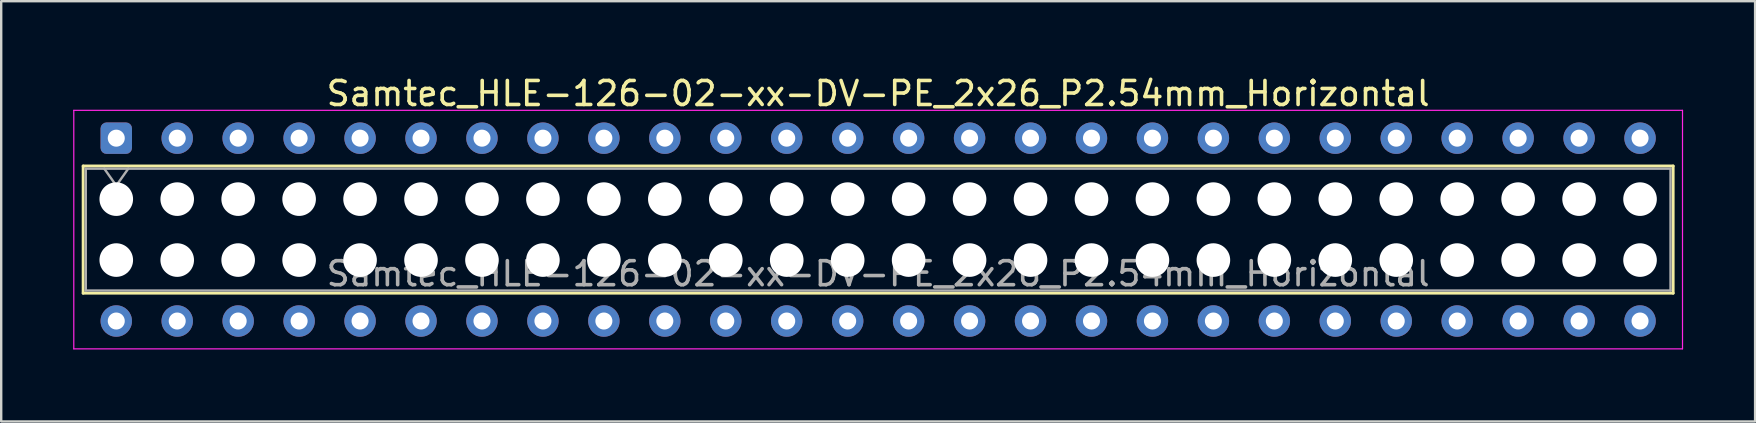
<source format=kicad_pcb>
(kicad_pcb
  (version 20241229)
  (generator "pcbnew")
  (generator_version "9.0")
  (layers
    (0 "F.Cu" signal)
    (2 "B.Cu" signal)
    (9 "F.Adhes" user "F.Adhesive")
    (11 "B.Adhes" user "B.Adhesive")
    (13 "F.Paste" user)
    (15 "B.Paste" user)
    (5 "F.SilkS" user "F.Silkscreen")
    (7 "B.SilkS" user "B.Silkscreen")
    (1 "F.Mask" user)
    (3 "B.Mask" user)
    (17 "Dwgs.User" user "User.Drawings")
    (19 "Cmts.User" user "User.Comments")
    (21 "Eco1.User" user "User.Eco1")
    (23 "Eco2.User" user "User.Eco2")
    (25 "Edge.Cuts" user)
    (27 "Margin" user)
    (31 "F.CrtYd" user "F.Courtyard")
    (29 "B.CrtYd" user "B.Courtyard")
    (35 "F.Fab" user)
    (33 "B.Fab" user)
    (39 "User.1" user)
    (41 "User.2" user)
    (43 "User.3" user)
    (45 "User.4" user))
  (footprint "Samtec_HLE-126-02-xx-DV-PE_2x26_P2.54mm_Horizontal"
    (layer "F.Cu")
    (at 1.795 2.708)
    (property "Reference" "Samtec_HLE-126-02-xx-DV-PE_2x26_P2.54mm_Horizontal" (at 31.75 -1.86 0) (layer "F.SilkS") (effects (font (size 1 1) (thickness 0.15))))
    (attr through_hole)
    (fp_line (start -1.38 1.16) (end 64.88 1.16) (stroke (width 0.12) (type solid)) (layer "F.SilkS"))
    (fp_line (start -1.38 6.46) (end -1.38 1.16) (stroke (width 0.12) (type solid)) (layer "F.SilkS"))
    (fp_line (start 64.88 1.16) (end 64.88 6.46) (stroke (width 0.12) (type solid)) (layer "F.SilkS"))
    (fp_line (start 64.88 6.46) (end -1.38 6.46) (stroke (width 0.12) (type solid)) (layer "F.SilkS"))
    (fp_line (start -1.77 -1.16) (end 65.27 -1.16) (stroke (width 0.05) (type solid)) (layer "F.CrtYd"))
    (fp_line (start -1.77 8.78) (end -1.77 -1.16) (stroke (width 0.05) (type solid)) (layer "F.CrtYd"))
    (fp_line (start 65.27 -1.16) (end 65.27 8.78) (stroke (width 0.05) (type solid)) (layer "F.CrtYd"))
    (fp_line (start 65.27 8.78) (end -1.77 8.78) (stroke (width 0.05) (type solid)) (layer "F.CrtYd"))
    (fp_line (start -1.27 1.27) (end 64.77 1.27) (stroke (width 0.1) (type solid)) (layer "F.Fab"))
    (fp_line (start -1.27 6.35) (end -1.27 1.27) (stroke (width 0.1) (type solid)) (layer "F.Fab"))
    (fp_line (start -0.5 1.27) (end 0 1.977) (stroke (width 0.1) (type solid)) (layer "F.Fab"))
    (fp_line (start 0 1.977) (end 0.5 1.27) (stroke (width 0.1) (type solid)) (layer "F.Fab"))
    (fp_line (start 64.77 1.27) (end 64.77 6.35) (stroke (width 0.1) (type solid)) (layer "F.Fab"))
    (fp_line (start 64.77 6.35) (end -1.27 6.35) (stroke (width 0.1) (type solid)) (layer "F.Fab"))
    (fp_text user "${REFERENCE}" (at 31.75 5.65 0) (layer "F.Fab") (effects (font (size 1 1) (thickness 0.15))))
    (pad "" np_thru_hole circle (at 0 2.54) (size 1.4 1.4) (drill 1.4) (layers "*.Cu" "*.Mask"))
    (pad "" np_thru_hole circle (at 0 5.08) (size 1.4 1.4) (drill 1.4) (layers "*.Cu" "*.Mask"))
    (pad "" np_thru_hole circle (at 2.54 2.54) (size 1.4 1.4) (drill 1.4) (layers "*.Cu" "*.Mask"))
    (pad "" np_thru_hole circle (at 2.54 5.08) (size 1.4 1.4) (drill 1.4) (layers "*.Cu" "*.Mask"))
    (pad "" np_thru_hole circle (at 5.08 2.54) (size 1.4 1.4) (drill 1.4) (layers "*.Cu" "*.Mask"))
    (pad "" np_thru_hole circle (at 5.08 5.08) (size 1.4 1.4) (drill 1.4) (layers "*.Cu" "*.Mask"))
    (pad "" np_thru_hole circle (at 7.62 2.54) (size 1.4 1.4) (drill 1.4) (layers "*.Cu" "*.Mask"))
    (pad "" np_thru_hole circle (at 7.62 5.08) (size 1.4 1.4) (drill 1.4) (layers "*.Cu" "*.Mask"))
    (pad "" np_thru_hole circle (at 10.16 2.54) (size 1.4 1.4) (drill 1.4) (layers "*.Cu" "*.Mask"))
    (pad "" np_thru_hole circle (at 10.16 5.08) (size 1.4 1.4) (drill 1.4) (layers "*.Cu" "*.Mask"))
    (pad "" np_thru_hole circle (at 12.7 2.54) (size 1.4 1.4) (drill 1.4) (layers "*.Cu" "*.Mask"))
    (pad "" np_thru_hole circle (at 12.7 5.08) (size 1.4 1.4) (drill 1.4) (layers "*.Cu" "*.Mask"))
    (pad "" np_thru_hole circle (at 15.24 2.54) (size 1.4 1.4) (drill 1.4) (layers "*.Cu" "*.Mask"))
    (pad "" np_thru_hole circle (at 15.24 5.08) (size 1.4 1.4) (drill 1.4) (layers "*.Cu" "*.Mask"))
    (pad "" np_thru_hole circle (at 17.78 2.54) (size 1.4 1.4) (drill 1.4) (layers "*.Cu" "*.Mask"))
    (pad "" np_thru_hole circle (at 17.78 5.08) (size 1.4 1.4) (drill 1.4) (layers "*.Cu" "*.Mask"))
    (pad "" np_thru_hole circle (at 20.32 2.54) (size 1.4 1.4) (drill 1.4) (layers "*.Cu" "*.Mask"))
    (pad "" np_thru_hole circle (at 20.32 5.08) (size 1.4 1.4) (drill 1.4) (layers "*.Cu" "*.Mask"))
    (pad "" np_thru_hole circle (at 22.86 2.54) (size 1.4 1.4) (drill 1.4) (layers "*.Cu" "*.Mask"))
    (pad "" np_thru_hole circle (at 22.86 5.08) (size 1.4 1.4) (drill 1.4) (layers "*.Cu" "*.Mask"))
    (pad "" np_thru_hole circle (at 25.4 2.54) (size 1.4 1.4) (drill 1.4) (layers "*.Cu" "*.Mask"))
    (pad "" np_thru_hole circle (at 25.4 5.08) (size 1.4 1.4) (drill 1.4) (layers "*.Cu" "*.Mask"))
    (pad "" np_thru_hole circle (at 27.94 2.54) (size 1.4 1.4) (drill 1.4) (layers "*.Cu" "*.Mask"))
    (pad "" np_thru_hole circle (at 27.94 5.08) (size 1.4 1.4) (drill 1.4) (layers "*.Cu" "*.Mask"))
    (pad "" np_thru_hole circle (at 30.48 2.54) (size 1.4 1.4) (drill 1.4) (layers "*.Cu" "*.Mask"))
    (pad "" np_thru_hole circle (at 30.48 5.08) (size 1.4 1.4) (drill 1.4) (layers "*.Cu" "*.Mask"))
    (pad "" np_thru_hole circle (at 33.02 2.54) (size 1.4 1.4) (drill 1.4) (layers "*.Cu" "*.Mask"))
    (pad "" np_thru_hole circle (at 33.02 5.08) (size 1.4 1.4) (drill 1.4) (layers "*.Cu" "*.Mask"))
    (pad "" np_thru_hole circle (at 35.56 2.54) (size 1.4 1.4) (drill 1.4) (layers "*.Cu" "*.Mask"))
    (pad "" np_thru_hole circle (at 35.56 5.08) (size 1.4 1.4) (drill 1.4) (layers "*.Cu" "*.Mask"))
    (pad "" np_thru_hole circle (at 38.1 2.54) (size 1.4 1.4) (drill 1.4) (layers "*.Cu" "*.Mask"))
    (pad "" np_thru_hole circle (at 38.1 5.08) (size 1.4 1.4) (drill 1.4) (layers "*.Cu" "*.Mask"))
    (pad "" np_thru_hole circle (at 40.64 2.54) (size 1.4 1.4) (drill 1.4) (layers "*.Cu" "*.Mask"))
    (pad "" np_thru_hole circle (at 40.64 5.08) (size 1.4 1.4) (drill 1.4) (layers "*.Cu" "*.Mask"))
    (pad "" np_thru_hole circle (at 43.18 2.54) (size 1.4 1.4) (drill 1.4) (layers "*.Cu" "*.Mask"))
    (pad "" np_thru_hole circle (at 43.18 5.08) (size 1.4 1.4) (drill 1.4) (layers "*.Cu" "*.Mask"))
    (pad "" np_thru_hole circle (at 45.72 2.54) (size 1.4 1.4) (drill 1.4) (layers "*.Cu" "*.Mask"))
    (pad "" np_thru_hole circle (at 45.72 5.08) (size 1.4 1.4) (drill 1.4) (layers "*.Cu" "*.Mask"))
    (pad "" np_thru_hole circle (at 48.26 2.54) (size 1.4 1.4) (drill 1.4) (layers "*.Cu" "*.Mask"))
    (pad "" np_thru_hole circle (at 48.26 5.08) (size 1.4 1.4) (drill 1.4) (layers "*.Cu" "*.Mask"))
    (pad "" np_thru_hole circle (at 50.8 2.54) (size 1.4 1.4) (drill 1.4) (layers "*.Cu" "*.Mask"))
    (pad "" np_thru_hole circle (at 50.8 5.08) (size 1.4 1.4) (drill 1.4) (layers "*.Cu" "*.Mask"))
    (pad "" np_thru_hole circle (at 53.34 2.54) (size 1.4 1.4) (drill 1.4) (layers "*.Cu" "*.Mask"))
    (pad "" np_thru_hole circle (at 53.34 5.08) (size 1.4 1.4) (drill 1.4) (layers "*.Cu" "*.Mask"))
    (pad "" np_thru_hole circle (at 55.88 2.54) (size 1.4 1.4) (drill 1.4) (layers "*.Cu" "*.Mask"))
    (pad "" np_thru_hole circle (at 55.88 5.08) (size 1.4 1.4) (drill 1.4) (layers "*.Cu" "*.Mask"))
    (pad "" np_thru_hole circle (at 58.42 2.54) (size 1.4 1.4) (drill 1.4) (layers "*.Cu" "*.Mask"))
    (pad "" np_thru_hole circle (at 58.42 5.08) (size 1.4 1.4) (drill 1.4) (layers "*.Cu" "*.Mask"))
    (pad "" np_thru_hole circle (at 60.96 2.54) (size 1.4 1.4) (drill 1.4) (layers "*.Cu" "*.Mask"))
    (pad "" np_thru_hole circle (at 60.96 5.08) (size 1.4 1.4) (drill 1.4) (layers "*.Cu" "*.Mask"))
    (pad "" np_thru_hole circle (at 63.5 2.54) (size 1.4 1.4) (drill 1.4) (layers "*.Cu" "*.Mask"))
    (pad "" np_thru_hole circle (at 63.5 5.08) (size 1.4 1.4) (drill 1.4) (layers "*.Cu" "*.Mask"))
    (pad "1" thru_hole roundrect (at 0 0) (size 1.31 1.31) (drill 0.71) (layers "*.Cu" "*.Mask") (roundrect_rratio 0.191))
    (pad "2" thru_hole circle (at 0 7.62) (size 1.31 1.31) (drill 0.71) (layers "*.Cu" "*.Mask"))
    (pad "3" thru_hole circle (at 2.54 0) (size 1.31 1.31) (drill 0.71) (layers "*.Cu" "*.Mask"))
    (pad "4" thru_hole circle (at 2.54 7.62) (size 1.31 1.31) (drill 0.71) (layers "*.Cu" "*.Mask"))
    (pad "5" thru_hole circle (at 5.08 0) (size 1.31 1.31) (drill 0.71) (layers "*.Cu" "*.Mask"))
    (pad "6" thru_hole circle (at 5.08 7.62) (size 1.31 1.31) (drill 0.71) (layers "*.Cu" "*.Mask"))
    (pad "7" thru_hole circle (at 7.62 0) (size 1.31 1.31) (drill 0.71) (layers "*.Cu" "*.Mask"))
    (pad "8" thru_hole circle (at 7.62 7.62) (size 1.31 1.31) (drill 0.71) (layers "*.Cu" "*.Mask"))
    (pad "9" thru_hole circle (at 10.16 0) (size 1.31 1.31) (drill 0.71) (layers "*.Cu" "*.Mask"))
    (pad "10" thru_hole circle (at 10.16 7.62) (size 1.31 1.31) (drill 0.71) (layers "*.Cu" "*.Mask"))
    (pad "11" thru_hole circle (at 12.7 0) (size 1.31 1.31) (drill 0.71) (layers "*.Cu" "*.Mask"))
    (pad "12" thru_hole circle (at 12.7 7.62) (size 1.31 1.31) (drill 0.71) (layers "*.Cu" "*.Mask"))
    (pad "13" thru_hole circle (at 15.24 0) (size 1.31 1.31) (drill 0.71) (layers "*.Cu" "*.Mask"))
    (pad "14" thru_hole circle (at 15.24 7.62) (size 1.31 1.31) (drill 0.71) (layers "*.Cu" "*.Mask"))
    (pad "15" thru_hole circle (at 17.78 0) (size 1.31 1.31) (drill 0.71) (layers "*.Cu" "*.Mask"))
    (pad "16" thru_hole circle (at 17.78 7.62) (size 1.31 1.31) (drill 0.71) (layers "*.Cu" "*.Mask"))
    (pad "17" thru_hole circle (at 20.32 0) (size 1.31 1.31) (drill 0.71) (layers "*.Cu" "*.Mask"))
    (pad "18" thru_hole circle (at 20.32 7.62) (size 1.31 1.31) (drill 0.71) (layers "*.Cu" "*.Mask"))
    (pad "19" thru_hole circle (at 22.86 0) (size 1.31 1.31) (drill 0.71) (layers "*.Cu" "*.Mask"))
    (pad "20" thru_hole circle (at 22.86 7.62) (size 1.31 1.31) (drill 0.71) (layers "*.Cu" "*.Mask"))
    (pad "21" thru_hole circle (at 25.4 0) (size 1.31 1.31) (drill 0.71) (layers "*.Cu" "*.Mask"))
    (pad "22" thru_hole circle (at 25.4 7.62) (size 1.31 1.31) (drill 0.71) (layers "*.Cu" "*.Mask"))
    (pad "23" thru_hole circle (at 27.94 0) (size 1.31 1.31) (drill 0.71) (layers "*.Cu" "*.Mask"))
    (pad "24" thru_hole circle (at 27.94 7.62) (size 1.31 1.31) (drill 0.71) (layers "*.Cu" "*.Mask"))
    (pad "25" thru_hole circle (at 30.48 0) (size 1.31 1.31) (drill 0.71) (layers "*.Cu" "*.Mask"))
    (pad "26" thru_hole circle (at 30.48 7.62) (size 1.31 1.31) (drill 0.71) (layers "*.Cu" "*.Mask"))
    (pad "27" thru_hole circle (at 33.02 0) (size 1.31 1.31) (drill 0.71) (layers "*.Cu" "*.Mask"))
    (pad "28" thru_hole circle (at 33.02 7.62) (size 1.31 1.31) (drill 0.71) (layers "*.Cu" "*.Mask"))
    (pad "29" thru_hole circle (at 35.56 0) (size 1.31 1.31) (drill 0.71) (layers "*.Cu" "*.Mask"))
    (pad "30" thru_hole circle (at 35.56 7.62) (size 1.31 1.31) (drill 0.71) (layers "*.Cu" "*.Mask"))
    (pad "31" thru_hole circle (at 38.1 0) (size 1.31 1.31) (drill 0.71) (layers "*.Cu" "*.Mask"))
    (pad "32" thru_hole circle (at 38.1 7.62) (size 1.31 1.31) (drill 0.71) (layers "*.Cu" "*.Mask"))
    (pad "33" thru_hole circle (at 40.64 0) (size 1.31 1.31) (drill 0.71) (layers "*.Cu" "*.Mask"))
    (pad "34" thru_hole circle (at 40.64 7.62) (size 1.31 1.31) (drill 0.71) (layers "*.Cu" "*.Mask"))
    (pad "35" thru_hole circle (at 43.18 0) (size 1.31 1.31) (drill 0.71) (layers "*.Cu" "*.Mask"))
    (pad "36" thru_hole circle (at 43.18 7.62) (size 1.31 1.31) (drill 0.71) (layers "*.Cu" "*.Mask"))
    (pad "37" thru_hole circle (at 45.72 0) (size 1.31 1.31) (drill 0.71) (layers "*.Cu" "*.Mask"))
    (pad "38" thru_hole circle (at 45.72 7.62) (size 1.31 1.31) (drill 0.71) (layers "*.Cu" "*.Mask"))
    (pad "39" thru_hole circle (at 48.26 0) (size 1.31 1.31) (drill 0.71) (layers "*.Cu" "*.Mask"))
    (pad "40" thru_hole circle (at 48.26 7.62) (size 1.31 1.31) (drill 0.71) (layers "*.Cu" "*.Mask"))
    (pad "41" thru_hole circle (at 50.8 0) (size 1.31 1.31) (drill 0.71) (layers "*.Cu" "*.Mask"))
    (pad "42" thru_hole circle (at 50.8 7.62) (size 1.31 1.31) (drill 0.71) (layers "*.Cu" "*.Mask"))
    (pad "43" thru_hole circle (at 53.34 0) (size 1.31 1.31) (drill 0.71) (layers "*.Cu" "*.Mask"))
    (pad "44" thru_hole circle (at 53.34 7.62) (size 1.31 1.31) (drill 0.71) (layers "*.Cu" "*.Mask"))
    (pad "45" thru_hole circle (at 55.88 0) (size 1.31 1.31) (drill 0.71) (layers "*.Cu" "*.Mask"))
    (pad "46" thru_hole circle (at 55.88 7.62) (size 1.31 1.31) (drill 0.71) (layers "*.Cu" "*.Mask"))
    (pad "47" thru_hole circle (at 58.42 0) (size 1.31 1.31) (drill 0.71) (layers "*.Cu" "*.Mask"))
    (pad "48" thru_hole circle (at 58.42 7.62) (size 1.31 1.31) (drill 0.71) (layers "*.Cu" "*.Mask"))
    (pad "49" thru_hole circle (at 60.96 0) (size 1.31 1.31) (drill 0.71) (layers "*.Cu" "*.Mask"))
    (pad "50" thru_hole circle (at 60.96 7.62) (size 1.31 1.31) (drill 0.71) (layers "*.Cu" "*.Mask"))
    (pad "51" thru_hole circle (at 63.5 0) (size 1.31 1.31) (drill 0.71) (layers "*.Cu" "*.Mask"))
    (pad "52" thru_hole circle (at 63.5 7.62) (size 1.31 1.31) (drill 0.71) (layers "*.Cu" "*.Mask")))
  (gr_rect
    (start -3 -3)
    (end 70.09 14.513)
    (stroke (width 0.1) (type default))
    (fill no)
    (layer "Edge.Cuts")))
</source>
